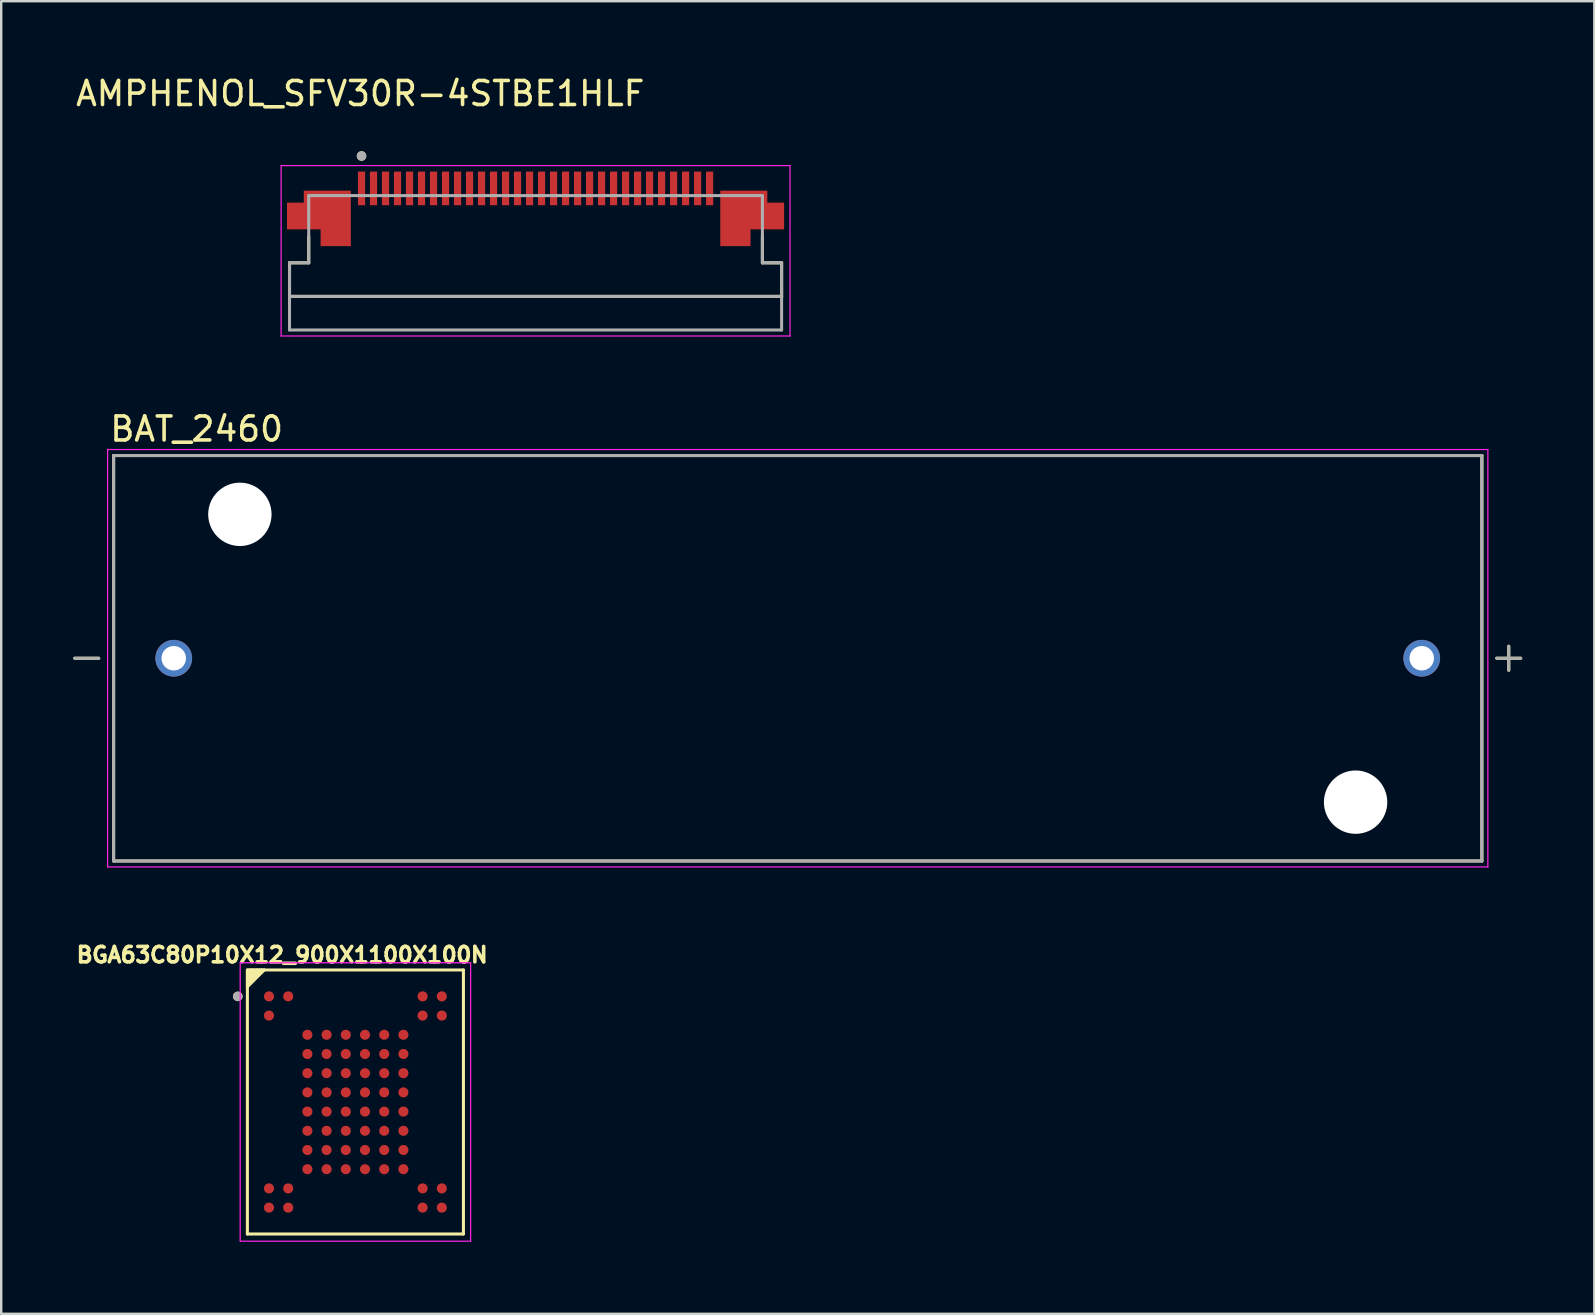
<source format=kicad_pcb>
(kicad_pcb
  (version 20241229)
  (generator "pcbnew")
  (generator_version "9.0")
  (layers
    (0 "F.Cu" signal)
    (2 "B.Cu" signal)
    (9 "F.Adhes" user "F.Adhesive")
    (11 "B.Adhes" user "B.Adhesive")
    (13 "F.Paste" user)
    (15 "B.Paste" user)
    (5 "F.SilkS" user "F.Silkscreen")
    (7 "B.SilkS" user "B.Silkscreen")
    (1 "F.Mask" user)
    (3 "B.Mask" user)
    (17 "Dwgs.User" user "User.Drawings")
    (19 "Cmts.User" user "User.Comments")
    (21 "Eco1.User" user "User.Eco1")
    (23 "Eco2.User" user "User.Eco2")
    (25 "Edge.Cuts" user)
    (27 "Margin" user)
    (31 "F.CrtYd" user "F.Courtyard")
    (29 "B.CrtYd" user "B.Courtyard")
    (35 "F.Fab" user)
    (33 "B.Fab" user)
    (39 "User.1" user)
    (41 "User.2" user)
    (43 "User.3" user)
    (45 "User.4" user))
  (footprint "BAT_2460"
    (layer "F.Cu")
    (at 30.183 24.372)
    (property "Reference" "BAT_2460" (at -25.04 -9.55 0) (layer "F.SilkS") (effects (font (size 1 1) (thickness 0.15))))
    (attr through_hole)
    (fp_line (start -29.12 0) (end -30.12 0) (stroke (width 0.127) (type solid)) (layer "F.SilkS"))
    (fp_line (start -28.5 -8.445) (end 28.5 -8.445) (stroke (width 0.127) (type solid)) (layer "F.SilkS"))
    (fp_line (start -28.5 8.445) (end -28.5 -8.445) (stroke (width 0.127) (type solid)) (layer "F.SilkS"))
    (fp_line (start 28.5 -8.445) (end 28.5 8.445) (stroke (width 0.127) (type solid)) (layer "F.SilkS"))
    (fp_line (start 28.5 8.445) (end -28.5 8.445) (stroke (width 0.127) (type solid)) (layer "F.SilkS"))
    (fp_line (start 29.62 0.5) (end 29.62 -0.5) (stroke (width 0.127) (type solid)) (layer "F.SilkS"))
    (fp_line (start 30.12 0) (end 29.12 0) (stroke (width 0.127) (type solid)) (layer "F.SilkS"))
    (fp_line (start -28.75 -8.695) (end 28.75 -8.695) (stroke (width 0.05) (type solid)) (layer "F.CrtYd"))
    (fp_line (start -28.75 8.695) (end -28.75 -8.695) (stroke (width 0.05) (type solid)) (layer "F.CrtYd"))
    (fp_line (start 28.75 -8.695) (end 28.75 8.695) (stroke (width 0.05) (type solid)) (layer "F.CrtYd"))
    (fp_line (start 28.75 8.695) (end -28.75 8.695) (stroke (width 0.05) (type solid)) (layer "F.CrtYd"))
    (fp_line (start -29.12 0) (end -30.12 0) (stroke (width 0.127) (type solid)) (layer "F.Fab"))
    (fp_line (start -28.5 -8.445) (end 28.5 -8.445) (stroke (width 0.127) (type solid)) (layer "F.Fab"))
    (fp_line (start -28.5 8.445) (end -28.5 -8.445) (stroke (width 0.127) (type solid)) (layer "F.Fab"))
    (fp_line (start 28.5 -8.445) (end 28.5 8.445) (stroke (width 0.127) (type solid)) (layer "F.Fab"))
    (fp_line (start 28.5 8.445) (end -28.5 8.445) (stroke (width 0.127) (type solid)) (layer "F.Fab"))
    (fp_line (start 29.12 0) (end 30.12 0) (stroke (width 0.127) (type solid)) (layer "F.Fab"))
    (fp_line (start 29.62 0.5) (end 29.62 -0.5) (stroke (width 0.127) (type solid)) (layer "F.Fab"))
    (pad "" np_thru_hole circle (at -23.24 -5.995) (size 2.64 2.64) (drill 2.64) (layers "*.Cu" "*.Mask"))
    (pad "" np_thru_hole circle (at 23.24 5.995) (size 2.64 2.64) (drill 2.64) (layers "*.Cu" "*.Mask"))
    (pad "N" thru_hole circle (at -25.995 0) (size 1.53 1.53) (drill 1.02) (layers "*.Cu" "*.Mask"))
    (pad "P" thru_hole circle (at 25.995 0) (size 1.53 1.53) (drill 1.02) (layers "*.Cu" "*.Mask")))
  (footprint "AMPHENOL_SFV30R-4STBE1HLF"
    (layer "F.Cu")
    (at 19.261 7.198)
    (property "Reference" "AMPHENOL_SFV30R-4STBE1HLF" (at -7.303 -6.35 0) (layer "F.SilkS") (effects (font (size 1 1) (thickness 0.15))))
    (attr smd)
    (fp_poly (pts (xy -7.6 -2.4) (xy -7.6 0.1) (xy -9.05 0.1) (xy -9.05 -0.6) (xy -10.45 -0.6) (xy -10.45 -1.9) (xy -9.75 -1.9) (xy -9.75 -2.4)) (stroke (width 0.01) (type solid)) (fill yes) (layer "F.Mask"))
    (fp_poly (pts (xy 7.6 -2.4) (xy 7.6 0.1) (xy 9.05 0.1) (xy 9.05 -0.6) (xy 10.45 -0.6) (xy 10.45 -1.9) (xy 9.75 -1.9) (xy 9.75 -2.4)) (stroke (width 0.01) (type solid)) (fill yes) (layer "F.Mask"))
    (fp_line (start -10.25 0.7) (end -10.25 2.1) (stroke (width 0.127) (type solid)) (layer "F.SilkS"))
    (fp_line (start -10.25 0.7) (end -9.45 0.7) (stroke (width 0.127) (type solid)) (layer "F.SilkS"))
    (fp_line (start -10.25 2.1) (end 10.25 2.1) (stroke (width 0.127) (type solid)) (layer "F.SilkS"))
    (fp_line (start -9.45 0.7) (end -9.45 -0.38) (stroke (width 0.127) (type solid)) (layer "F.SilkS"))
    (fp_line (start 9.45 0.7) (end 9.45 -0.38) (stroke (width 0.127) (type solid)) (layer "F.SilkS"))
    (fp_line (start 10.25 0.7) (end 9.45 0.7) (stroke (width 0.127) (type solid)) (layer "F.SilkS"))
    (fp_line (start 10.25 2.1) (end 10.25 0.7) (stroke (width 0.127) (type solid)) (layer "F.SilkS"))
    (fp_circle (center -7.25 -3.75) (end -7.15 -3.75) (stroke (width 0.2) (type solid)) (fill no) (layer "F.SilkS"))
    (fp_poly (pts (xy -7.7 -2.3) (xy -7.7 0) (xy -8.95 0) (xy -8.95 -0.7) (xy -10.35 -0.7) (xy -10.35 -1.8) (xy -9.65 -1.8) (xy -9.65 -2.3)) (stroke (width 0.01) (type solid)) (fill yes) (layer "F.Paste"))
    (fp_poly (pts (xy 7.7 -2.3) (xy 7.7 0) (xy 8.95 0) (xy 8.95 -0.7) (xy 10.35 -0.7) (xy 10.35 -1.8) (xy 9.65 -1.8) (xy 9.65 -2.3)) (stroke (width 0.01) (type solid)) (fill yes) (layer "F.Paste"))
    (fp_line (start -10.6 -3.35) (end -10.6 3.75) (stroke (width 0.05) (type solid)) (layer "F.CrtYd"))
    (fp_line (start -10.6 3.75) (end 10.6 3.75) (stroke (width 0.05) (type solid)) (layer "F.CrtYd"))
    (fp_line (start 10.6 -3.35) (end -10.6 -3.35) (stroke (width 0.05) (type solid)) (layer "F.CrtYd"))
    (fp_line (start 10.6 3.75) (end 10.6 -3.35) (stroke (width 0.05) (type solid)) (layer "F.CrtYd"))
    (fp_line (start -10.25 0.7) (end -9.45 0.7) (stroke (width 0.127) (type solid)) (layer "F.Fab"))
    (fp_line (start -10.25 2.1) (end -10.25 0.7) (stroke (width 0.127) (type solid)) (layer "F.Fab"))
    (fp_line (start -10.25 3.5) (end -10.25 2.1) (stroke (width 0.127) (type solid)) (layer "F.Fab"))
    (fp_line (start -9.45 -2.1) (end 9.45 -2.1) (stroke (width 0.127) (type solid)) (layer "F.Fab"))
    (fp_line (start -9.45 0.7) (end -9.45 -2.1) (stroke (width 0.127) (type solid)) (layer "F.Fab"))
    (fp_line (start 9.45 -2.1) (end 9.45 0.7) (stroke (width 0.127) (type solid)) (layer "F.Fab"))
    (fp_line (start 9.45 0.7) (end 10.25 0.7) (stroke (width 0.127) (type solid)) (layer "F.Fab"))
    (fp_line (start 10.25 0.7) (end 10.25 2.1) (stroke (width 0.127) (type solid)) (layer "F.Fab"))
    (fp_line (start 10.25 2.1) (end -10.25 2.1) (stroke (width 0.127) (type solid)) (layer "F.Fab"))
    (fp_line (start 10.25 2.1) (end 10.25 3.5) (stroke (width 0.127) (type solid)) (layer "F.Fab"))
    (fp_line (start 10.25 3.5) (end -10.25 3.5) (stroke (width 0.127) (type solid)) (layer "F.Fab"))
    (fp_circle (center -7.25 -3.75) (end -7.15 -3.75) (stroke (width 0.2) (type solid)) (fill no) (layer "F.Fab"))
    (pad "1" smd rect (at -7.25 -2.4) (size 0.3 1.4) (layers "F.Cu" "F.Mask" "F.Paste"))
    (pad "2" smd rect (at -6.75 -2.4) (size 0.3 1.4) (layers "F.Cu" "F.Mask" "F.Paste"))
    (pad "3" smd rect (at -6.25 -2.4) (size 0.3 1.4) (layers "F.Cu" "F.Mask" "F.Paste"))
    (pad "4" smd rect (at -5.75 -2.4) (size 0.3 1.4) (layers "F.Cu" "F.Mask" "F.Paste"))
    (pad "5" smd rect (at -5.25 -2.4) (size 0.3 1.4) (layers "F.Cu" "F.Mask" "F.Paste"))
    (pad "6" smd rect (at -4.75 -2.4) (size 0.3 1.4) (layers "F.Cu" "F.Mask" "F.Paste"))
    (pad "7" smd rect (at -4.25 -2.4) (size 0.3 1.4) (layers "F.Cu" "F.Mask" "F.Paste"))
    (pad "8" smd rect (at -3.75 -2.4) (size 0.3 1.4) (layers "F.Cu" "F.Mask" "F.Paste"))
    (pad "9" smd rect (at -3.25 -2.4) (size 0.3 1.4) (layers "F.Cu" "F.Mask" "F.Paste"))
    (pad "10" smd rect (at -2.75 -2.4) (size 0.3 1.4) (layers "F.Cu" "F.Mask" "F.Paste"))
    (pad "11" smd rect (at -2.25 -2.4) (size 0.3 1.4) (layers "F.Cu" "F.Mask" "F.Paste"))
    (pad "12" smd rect (at -1.75 -2.4) (size 0.3 1.4) (layers "F.Cu" "F.Mask" "F.Paste"))
    (pad "13" smd rect (at -1.25 -2.4) (size 0.3 1.4) (layers "F.Cu" "F.Mask" "F.Paste"))
    (pad "14" smd rect (at -0.75 -2.4) (size 0.3 1.4) (layers "F.Cu" "F.Mask" "F.Paste"))
    (pad "15" smd rect (at -0.25 -2.4) (size 0.3 1.4) (layers "F.Cu" "F.Mask" "F.Paste"))
    (pad "16" smd rect (at 0.25 -2.4) (size 0.3 1.4) (layers "F.Cu" "F.Mask" "F.Paste"))
    (pad "17" smd rect (at 0.75 -2.4) (size 0.3 1.4) (layers "F.Cu" "F.Mask" "F.Paste"))
    (pad "18" smd rect (at 1.25 -2.4) (size 0.3 1.4) (layers "F.Cu" "F.Mask" "F.Paste"))
    (pad "19" smd rect (at 1.75 -2.4) (size 0.3 1.4) (layers "F.Cu" "F.Mask" "F.Paste"))
    (pad "20" smd rect (at 2.25 -2.4) (size 0.3 1.4) (layers "F.Cu" "F.Mask" "F.Paste"))
    (pad "21" smd rect (at 2.75 -2.4) (size 0.3 1.4) (layers "F.Cu" "F.Mask" "F.Paste"))
    (pad "22" smd rect (at 3.25 -2.4) (size 0.3 1.4) (layers "F.Cu" "F.Mask" "F.Paste"))
    (pad "23" smd rect (at 3.75 -2.4) (size 0.3 1.4) (layers "F.Cu" "F.Mask" "F.Paste"))
    (pad "24" smd rect (at 4.25 -2.4) (size 0.3 1.4) (layers "F.Cu" "F.Mask" "F.Paste"))
    (pad "25" smd rect (at 4.75 -2.4) (size 0.3 1.4) (layers "F.Cu" "F.Mask" "F.Paste"))
    (pad "26" smd rect (at 5.25 -2.4) (size 0.3 1.4) (layers "F.Cu" "F.Mask" "F.Paste"))
    (pad "27" smd rect (at 5.75 -2.4) (size 0.3 1.4) (layers "F.Cu" "F.Mask" "F.Paste"))
    (pad "28" smd rect (at 6.25 -2.4) (size 0.3 1.4) (layers "F.Cu" "F.Mask" "F.Paste"))
    (pad "29" smd rect (at 6.75 -2.4) (size 0.3 1.4) (layers "F.Cu" "F.Mask" "F.Paste"))
    (pad "30" smd rect (at 7.25 -2.4) (size 0.3 1.4) (layers "F.Cu" "F.Mask" "F.Paste"))
    (pad "S1" smd custom (at -8.675 -1.5) (size 1 1) (layers "F.Cu") (options (anchor rect)) (primitives (gr_poly (pts (xy 0.975 -0.8) (xy 0.975 1.5) (xy -0.275 1.5) (xy -0.275 0.8) (xy -1.675 0.8) (xy -1.675 -0.3) (xy -0.975 -0.3) (xy -0.975 -0.8)) (width 0.01) (fill yes))))
    (pad "S2" smd custom (at 8.675 -1.5) (size 1 1) (layers "F.Cu") (options (anchor rect)) (primitives (gr_poly (pts (xy -0.975 -0.8) (xy -0.975 1.5) (xy 0.275 1.5) (xy 0.275 0.8) (xy 1.675 0.8) (xy 1.675 -0.3) (xy 0.975 -0.3) (xy 0.975 -0.8)) (width 0.01) (fill yes)))))
  (footprint "BGA63C80P10X12_900X1100X100N"
    (layer "F.Cu")
    (at 11.756 42.858)
    (property "Reference" "BGA63C80P10X12_900X1100X100N" (at -3.052 -6.129 0) (layer "F.SilkS") (effects (font (size 0.641 0.641) (thickness 0.15))))
    (attr smd)
    (fp_line (start -4.5 -5.5) (end -4.4 -5.5) (stroke (width 0.127) (type solid)) (layer "F.SilkS"))
    (fp_line (start -4.5 -5.4) (end -4.5 -5.5) (stroke (width 0.127) (type solid)) (layer "F.SilkS"))
    (fp_line (start -4.5 -5.4) (end -4.4 -5.4) (stroke (width 0.127) (type solid)) (layer "F.SilkS"))
    (fp_line (start -4.5 -5.3) (end -4.5 -5.4) (stroke (width 0.127) (type solid)) (layer "F.SilkS"))
    (fp_line (start -4.5 -5.3) (end -4.3 -5.5) (stroke (width 0.127) (type solid)) (layer "F.SilkS"))
    (fp_line (start -4.5 -5.2) (end -4.5 -5.3) (stroke (width 0.127) (type solid)) (layer "F.SilkS"))
    (fp_line (start -4.5 -5.2) (end -4.2 -5.5) (stroke (width 0.127) (type solid)) (layer "F.SilkS"))
    (fp_line (start -4.5 -5.1) (end -4.5 -5.2) (stroke (width 0.127) (type solid)) (layer "F.SilkS"))
    (fp_line (start -4.5 -5.1) (end -4.1 -5.5) (stroke (width 0.127) (type solid)) (layer "F.SilkS"))
    (fp_line (start -4.5 -5) (end -4.5 -5.1) (stroke (width 0.127) (type solid)) (layer "F.SilkS"))
    (fp_line (start -4.5 -5) (end -4 -5.5) (stroke (width 0.127) (type solid)) (layer "F.SilkS"))
    (fp_line (start -4.5 -4.9) (end -4.5 -5) (stroke (width 0.127) (type solid)) (layer "F.SilkS"))
    (fp_line (start -4.5 -4.9) (end -3.9 -5.5) (stroke (width 0.127) (type solid)) (layer "F.SilkS"))
    (fp_line (start -4.5 -4.8) (end -4.5 -4.9) (stroke (width 0.127) (type solid)) (layer "F.SilkS"))
    (fp_line (start -4.5 -4.8) (end -3.8 -5.5) (stroke (width 0.127) (type solid)) (layer "F.SilkS"))
    (fp_line (start -4.5 5.5) (end -4.5 -4.8) (stroke (width 0.127) (type solid)) (layer "F.SilkS"))
    (fp_line (start -4.4 -5.5) (end -4.3 -5.5) (stroke (width 0.127) (type solid)) (layer "F.SilkS"))
    (fp_line (start -4.4 -5.4) (end -4.4 -5.5) (stroke (width 0.127) (type solid)) (layer "F.SilkS"))
    (fp_line (start -4.3 -5.5) (end -4.2 -5.5) (stroke (width 0.127) (type solid)) (layer "F.SilkS"))
    (fp_line (start -4.2 -5.5) (end -4.1 -5.5) (stroke (width 0.127) (type solid)) (layer "F.SilkS"))
    (fp_line (start -4.1 -5.5) (end -4 -5.5) (stroke (width 0.127) (type solid)) (layer "F.SilkS"))
    (fp_line (start -4 -5.5) (end -3.9 -5.5) (stroke (width 0.127) (type solid)) (layer "F.SilkS"))
    (fp_line (start -3.9 -5.5) (end -3.8 -5.5) (stroke (width 0.127) (type solid)) (layer "F.SilkS"))
    (fp_line (start -3.8 -5.5) (end 4.5 -5.5) (stroke (width 0.127) (type solid)) (layer "F.SilkS"))
    (fp_line (start 4.5 -5.5) (end 4.5 5.5) (stroke (width 0.127) (type solid)) (layer "F.SilkS"))
    (fp_line (start 4.5 5.5) (end -4.5 5.5) (stroke (width 0.127) (type solid)) (layer "F.SilkS"))
    (fp_circle (center -4.9 -4.4) (end -4.8 -4.4) (stroke (width 0.2) (type solid)) (fill no) (layer "F.SilkS"))
    (fp_line (start -4.8 -5.8) (end 4.8 -5.8) (stroke (width 0.05) (type solid)) (layer "F.CrtYd"))
    (fp_line (start -4.8 5.8) (end -4.8 -5.8) (stroke (width 0.05) (type solid)) (layer "F.CrtYd"))
    (fp_line (start 4.8 -5.8) (end 4.8 5.8) (stroke (width 0.05) (type solid)) (layer "F.CrtYd"))
    (fp_line (start 4.8 5.8) (end -4.8 5.8) (stroke (width 0.05) (type solid)) (layer "F.CrtYd"))
    (fp_circle (center -4.9 -4.4) (end -4.8 -4.4) (stroke (width 0.2) (type solid)) (fill no) (layer "F.Fab"))
    (pad "A1" smd circle (at -3.6 -4.4) (size 0.42 0.42) (layers "F.Cu" "F.Mask" "F.Paste"))
    (pad "A2" smd circle (at -2.8 -4.4) (size 0.42 0.42) (layers "F.Cu" "F.Mask" "F.Paste"))
    (pad "A9" smd circle (at 2.8 -4.4) (size 0.42 0.42) (layers "F.Cu" "F.Mask" "F.Paste"))
    (pad "A10" smd circle (at 3.6 -4.4) (size 0.42 0.42) (layers "F.Cu" "F.Mask" "F.Paste"))
    (pad "B1" smd circle (at -3.6 -3.6) (size 0.42 0.42) (layers "F.Cu" "F.Mask" "F.Paste"))
    (pad "B9" smd circle (at 2.8 -3.6) (size 0.42 0.42) (layers "F.Cu" "F.Mask" "F.Paste"))
    (pad "B10" smd circle (at 3.6 -3.6) (size 0.42 0.42) (layers "F.Cu" "F.Mask" "F.Paste"))
    (pad "C3" smd circle (at -2 -2.8) (size 0.42 0.42) (layers "F.Cu" "F.Mask" "F.Paste"))
    (pad "C4" smd circle (at -1.2 -2.8) (size 0.42 0.42) (layers "F.Cu" "F.Mask" "F.Paste"))
    (pad "C5" smd circle (at -0.4 -2.8) (size 0.42 0.42) (layers "F.Cu" "F.Mask" "F.Paste"))
    (pad "C6" smd circle (at 0.4 -2.8) (size 0.42 0.42) (layers "F.Cu" "F.Mask" "F.Paste"))
    (pad "C7" smd circle (at 1.2 -2.8) (size 0.42 0.42) (layers "F.Cu" "F.Mask" "F.Paste"))
    (pad "C8" smd circle (at 2 -2.8) (size 0.42 0.42) (layers "F.Cu" "F.Mask" "F.Paste"))
    (pad "D3" smd circle (at -2 -2) (size 0.42 0.42) (layers "F.Cu" "F.Mask" "F.Paste"))
    (pad "D4" smd circle (at -1.2 -2) (size 0.42 0.42) (layers "F.Cu" "F.Mask" "F.Paste"))
    (pad "D5" smd circle (at -0.4 -2) (size 0.42 0.42) (layers "F.Cu" "F.Mask" "F.Paste"))
    (pad "D6" smd circle (at 0.4 -2) (size 0.42 0.42) (layers "F.Cu" "F.Mask" "F.Paste"))
    (pad "D7" smd circle (at 1.2 -2) (size 0.42 0.42) (layers "F.Cu" "F.Mask" "F.Paste"))
    (pad "D8" smd circle (at 2 -2) (size 0.42 0.42) (layers "F.Cu" "F.Mask" "F.Paste"))
    (pad "E3" smd circle (at -2 -1.2) (size 0.42 0.42) (layers "F.Cu" "F.Mask" "F.Paste"))
    (pad "E4" smd circle (at -1.2 -1.2) (size 0.42 0.42) (layers "F.Cu" "F.Mask" "F.Paste"))
    (pad "E5" smd circle (at -0.4 -1.2) (size 0.42 0.42) (layers "F.Cu" "F.Mask" "F.Paste"))
    (pad "E6" smd circle (at 0.4 -1.2) (size 0.42 0.42) (layers "F.Cu" "F.Mask" "F.Paste"))
    (pad "E7" smd circle (at 1.2 -1.2) (size 0.42 0.42) (layers "F.Cu" "F.Mask" "F.Paste"))
    (pad "E8" smd circle (at 2 -1.2) (size 0.42 0.42) (layers "F.Cu" "F.Mask" "F.Paste"))
    (pad "F3" smd circle (at -2 -0.4) (size 0.42 0.42) (layers "F.Cu" "F.Mask" "F.Paste"))
    (pad "F4" smd circle (at -1.2 -0.4) (size 0.42 0.42) (layers "F.Cu" "F.Mask" "F.Paste"))
    (pad "F5" smd circle (at -0.4 -0.4) (size 0.42 0.42) (layers "F.Cu" "F.Mask" "F.Paste"))
    (pad "F6" smd circle (at 0.4 -0.4) (size 0.42 0.42) (layers "F.Cu" "F.Mask" "F.Paste"))
    (pad "F7" smd circle (at 1.2 -0.4) (size 0.42 0.42) (layers "F.Cu" "F.Mask" "F.Paste"))
    (pad "F8" smd circle (at 2 -0.4) (size 0.42 0.42) (layers "F.Cu" "F.Mask" "F.Paste"))
    (pad "G3" smd circle (at -2 0.4) (size 0.42 0.42) (layers "F.Cu" "F.Mask" "F.Paste"))
    (pad "G4" smd circle (at -1.2 0.4) (size 0.42 0.42) (layers "F.Cu" "F.Mask" "F.Paste"))
    (pad "G5" smd circle (at -0.4 0.4) (size 0.42 0.42) (layers "F.Cu" "F.Mask" "F.Paste"))
    (pad "G6" smd circle (at 0.4 0.4) (size 0.42 0.42) (layers "F.Cu" "F.Mask" "F.Paste"))
    (pad "G7" smd circle (at 1.2 0.4) (size 0.42 0.42) (layers "F.Cu" "F.Mask" "F.Paste"))
    (pad "G8" smd circle (at 2 0.4) (size 0.42 0.42) (layers "F.Cu" "F.Mask" "F.Paste"))
    (pad "H3" smd circle (at -2 1.2) (size 0.42 0.42) (layers "F.Cu" "F.Mask" "F.Paste"))
    (pad "H4" smd circle (at -1.2 1.2) (size 0.42 0.42) (layers "F.Cu" "F.Mask" "F.Paste"))
    (pad "H5" smd circle (at -0.4 1.2) (size 0.42 0.42) (layers "F.Cu" "F.Mask" "F.Paste"))
    (pad "H6" smd circle (at 0.4 1.2) (size 0.42 0.42) (layers "F.Cu" "F.Mask" "F.Paste"))
    (pad "H7" smd circle (at 1.2 1.2) (size 0.42 0.42) (layers "F.Cu" "F.Mask" "F.Paste"))
    (pad "H8" smd circle (at 2 1.2) (size 0.42 0.42) (layers "F.Cu" "F.Mask" "F.Paste"))
    (pad "J3" smd circle (at -2 2) (size 0.42 0.42) (layers "F.Cu" "F.Mask" "F.Paste"))
    (pad "J4" smd circle (at -1.2 2) (size 0.42 0.42) (layers "F.Cu" "F.Mask" "F.Paste"))
    (pad "J5" smd circle (at -0.4 2) (size 0.42 0.42) (layers "F.Cu" "F.Mask" "F.Paste"))
    (pad "J6" smd circle (at 0.4 2) (size 0.42 0.42) (layers "F.Cu" "F.Mask" "F.Paste"))
    (pad "J7" smd circle (at 1.2 2) (size 0.42 0.42) (layers "F.Cu" "F.Mask" "F.Paste"))
    (pad "J8" smd circle (at 2 2) (size 0.42 0.42) (layers "F.Cu" "F.Mask" "F.Paste"))
    (pad "K3" smd circle (at -2 2.8) (size 0.42 0.42) (layers "F.Cu" "F.Mask" "F.Paste"))
    (pad "K4" smd circle (at -1.2 2.8) (size 0.42 0.42) (layers "F.Cu" "F.Mask" "F.Paste"))
    (pad "K5" smd circle (at -0.4 2.8) (size 0.42 0.42) (layers "F.Cu" "F.Mask" "F.Paste"))
    (pad "K6" smd circle (at 0.4 2.8) (size 0.42 0.42) (layers "F.Cu" "F.Mask" "F.Paste"))
    (pad "K7" smd circle (at 1.2 2.8) (size 0.42 0.42) (layers "F.Cu" "F.Mask" "F.Paste"))
    (pad "K8" smd circle (at 2 2.8) (size 0.42 0.42) (layers "F.Cu" "F.Mask" "F.Paste"))
    (pad "L1" smd circle (at -3.6 3.6) (size 0.42 0.42) (layers "F.Cu" "F.Mask" "F.Paste"))
    (pad "L2" smd circle (at -2.8 3.6) (size 0.42 0.42) (layers "F.Cu" "F.Mask" "F.Paste"))
    (pad "L9" smd circle (at 2.8 3.6) (size 0.42 0.42) (layers "F.Cu" "F.Mask" "F.Paste"))
    (pad "L10" smd circle (at 3.6 3.6) (size 0.42 0.42) (layers "F.Cu" "F.Mask" "F.Paste"))
    (pad "M1" smd circle (at -3.6 4.4) (size 0.42 0.42) (layers "F.Cu" "F.Mask" "F.Paste"))
    (pad "M2" smd circle (at -2.8 4.4) (size 0.42 0.42) (layers "F.Cu" "F.Mask" "F.Paste"))
    (pad "M9" smd circle (at 2.8 4.4) (size 0.42 0.42) (layers "F.Cu" "F.Mask" "F.Paste"))
    (pad "M10" smd circle (at 3.6 4.4) (size 0.42 0.42) (layers "F.Cu" "F.Mask" "F.Paste")))
  (gr_rect
    (start -3 -3)
    (end 63.367 51.683)
    (stroke (width 0.1) (type default))
    (fill no)
    (layer "Edge.Cuts")))
</source>
